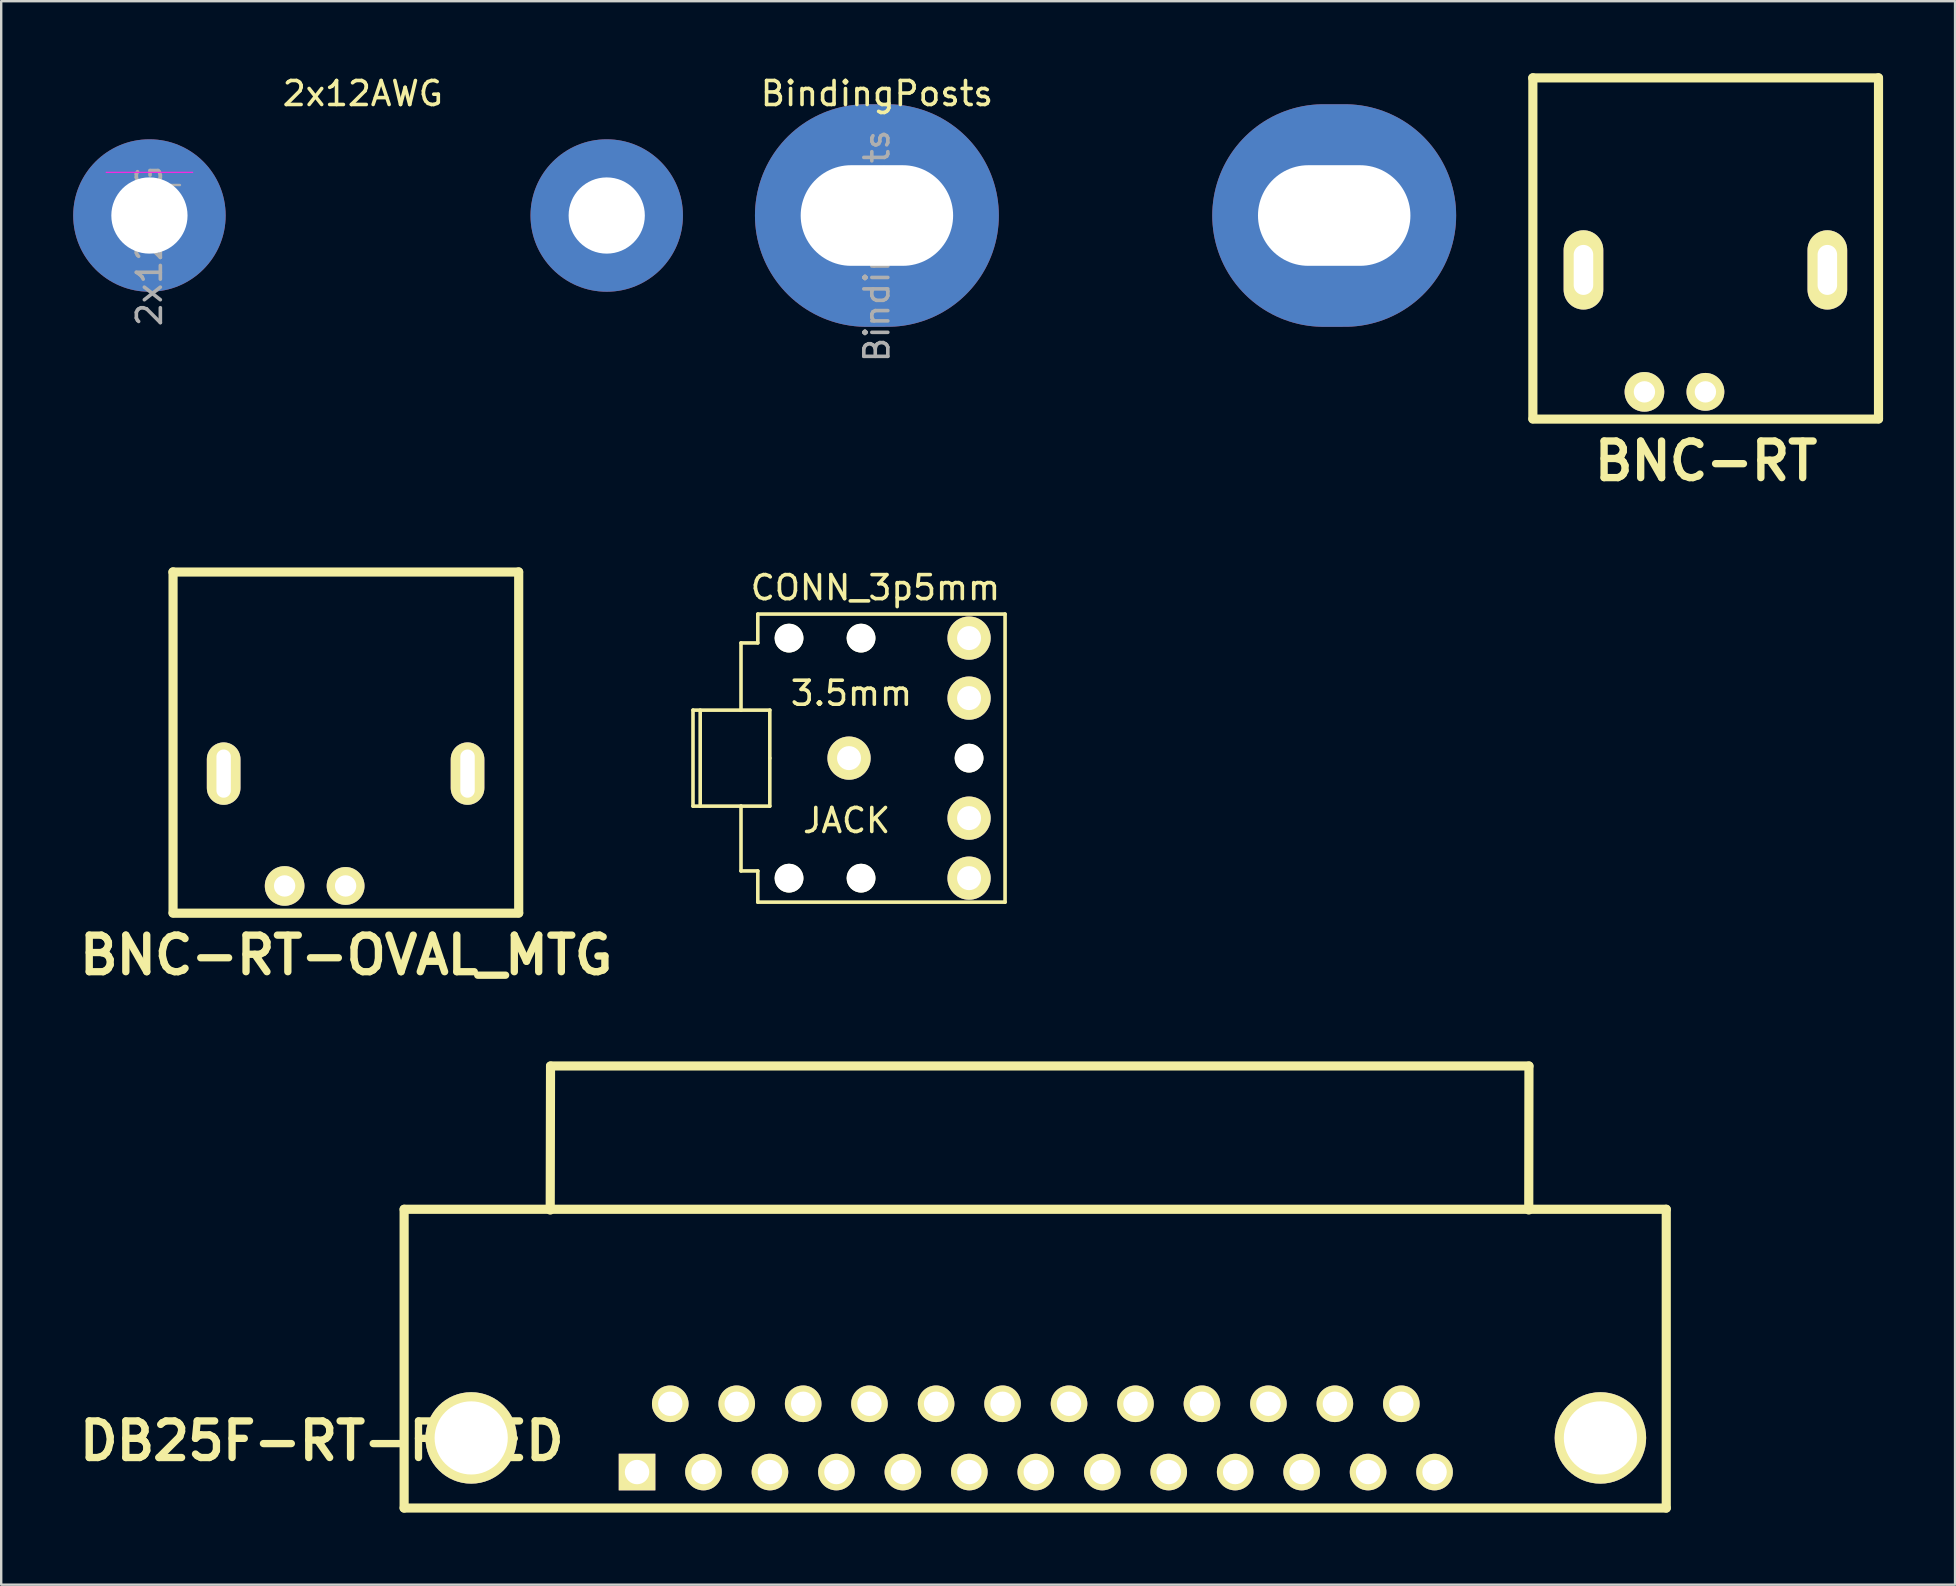
<source format=kicad_pcb>
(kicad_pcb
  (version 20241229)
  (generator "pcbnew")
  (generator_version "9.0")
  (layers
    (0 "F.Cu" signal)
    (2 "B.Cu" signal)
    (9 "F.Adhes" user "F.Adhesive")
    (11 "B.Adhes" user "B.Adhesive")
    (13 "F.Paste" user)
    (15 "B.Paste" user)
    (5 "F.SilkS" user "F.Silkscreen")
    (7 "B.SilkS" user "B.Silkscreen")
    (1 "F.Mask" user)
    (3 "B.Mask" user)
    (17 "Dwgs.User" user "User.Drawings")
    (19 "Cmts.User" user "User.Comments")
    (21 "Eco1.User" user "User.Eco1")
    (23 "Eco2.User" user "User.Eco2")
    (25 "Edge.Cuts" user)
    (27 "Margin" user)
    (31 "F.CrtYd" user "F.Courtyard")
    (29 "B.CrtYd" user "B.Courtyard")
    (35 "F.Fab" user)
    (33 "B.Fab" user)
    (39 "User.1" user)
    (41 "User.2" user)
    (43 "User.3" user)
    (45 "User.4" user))
  (footprint "DB25F-RT-FIXED"
    (layer "F.Cu")
    (at 16.579 56.851)
    (property "Reference" "DB25F-RT-FIXED" (at -6.223 0.127 0) (layer "F.SilkS") (effects (font (size 1.524 1.524) (thickness 0.305))))
    (attr through_hole)
    (fp_line (start -2.794 -9.525) (end 49.784 -9.525) (stroke (width 0.381) (type solid)) (layer "F.SilkS"))
    (fp_line (start -2.794 2.921) (end -2.794 -9.525) (stroke (width 0.381) (type solid)) (layer "F.SilkS"))
    (fp_line (start 3.292 -9.492) (end 3.305 -15.494) (stroke (width 0.381) (type solid)) (layer "F.SilkS"))
    (fp_line (start 3.305 -15.494) (end 44.064 -15.494) (stroke (width 0.381) (type solid)) (layer "F.SilkS"))
    (fp_line (start 44.064 -15.494) (end 44.056 -9.495) (stroke (width 0.381) (type solid)) (layer "F.SilkS"))
    (fp_line (start 49.784 -9.525) (end 49.784 2.921) (stroke (width 0.381) (type solid)) (layer "F.SilkS"))
    (fp_line (start 49.784 2.921) (end -2.794 2.921) (stroke (width 0.381) (type solid)) (layer "F.SilkS"))
    (pad "" thru_hole circle (at 0 0) (size 3.81 3.81) (drill 3.048) (layers "*.Cu" "*.Mask" "F.SilkS"))
    (pad "" thru_hole circle (at 47.041 0) (size 3.81 3.81) (drill 3.048) (layers "*.Cu" "*.Mask" "F.SilkS"))
    (pad "1" thru_hole rect (at 6.909 1.422) (size 1.524 1.524) (drill 1.016) (layers "*.Cu" "*.Mask" "F.SilkS"))
    (pad "2" thru_hole circle (at 9.677 1.422) (size 1.524 1.524) (drill 1.016) (layers "*.Cu" "*.Mask" "F.SilkS"))
    (pad "3" thru_hole circle (at 12.446 1.422) (size 1.524 1.524) (drill 1.016) (layers "*.Cu" "*.Mask" "F.SilkS"))
    (pad "4" thru_hole circle (at 15.215 1.422) (size 1.524 1.524) (drill 1.016) (layers "*.Cu" "*.Mask" "F.SilkS"))
    (pad "5" thru_hole circle (at 17.983 1.422) (size 1.524 1.524) (drill 1.016) (layers "*.Cu" "*.Mask" "F.SilkS"))
    (pad "6" thru_hole circle (at 20.752 1.422) (size 1.524 1.524) (drill 1.016) (layers "*.Cu" "*.Mask" "F.SilkS"))
    (pad "7" thru_hole circle (at 23.52 1.422) (size 1.524 1.524) (drill 1.016) (layers "*.Cu" "*.Mask" "F.SilkS"))
    (pad "8" thru_hole circle (at 26.289 1.422) (size 1.524 1.524) (drill 1.016) (layers "*.Cu" "*.Mask" "F.SilkS"))
    (pad "9" thru_hole circle (at 29.058 1.422) (size 1.524 1.524) (drill 1.016) (layers "*.Cu" "*.Mask" "F.SilkS"))
    (pad "10" thru_hole circle (at 31.826 1.422) (size 1.524 1.524) (drill 1.016) (layers "*.Cu" "*.Mask" "F.SilkS"))
    (pad "11" thru_hole circle (at 34.595 1.422) (size 1.524 1.524) (drill 1.016) (layers "*.Cu" "*.Mask" "F.SilkS"))
    (pad "12" thru_hole circle (at 37.363 1.422) (size 1.524 1.524) (drill 1.016) (layers "*.Cu" "*.Mask" "F.SilkS"))
    (pad "13" thru_hole circle (at 40.132 1.422) (size 1.524 1.524) (drill 1.016) (layers "*.Cu" "*.Mask" "F.SilkS"))
    (pad "14" thru_hole circle (at 8.293 -1.422) (size 1.524 1.524) (drill 1.016) (layers "*.Cu" "*.Mask" "F.SilkS"))
    (pad "15" thru_hole circle (at 11.062 -1.422) (size 1.524 1.524) (drill 1.016) (layers "*.Cu" "*.Mask" "F.SilkS"))
    (pad "16" thru_hole circle (at 13.83 -1.422) (size 1.524 1.524) (drill 1.016) (layers "*.Cu" "*.Mask" "F.SilkS"))
    (pad "17" thru_hole circle (at 16.591 -1.422) (size 1.524 1.524) (drill 1.016) (layers "*.Cu" "*.Mask" "F.SilkS"))
    (pad "18" thru_hole circle (at 19.367 -1.422) (size 1.524 1.524) (drill 1.016) (layers "*.Cu" "*.Mask" "F.SilkS"))
    (pad "19" thru_hole circle (at 22.136 -1.422) (size 1.524 1.524) (drill 1.016) (layers "*.Cu" "*.Mask" "F.SilkS"))
    (pad "20" thru_hole circle (at 24.905 -1.422) (size 1.524 1.524) (drill 1.016) (layers "*.Cu" "*.Mask" "F.SilkS"))
    (pad "21" thru_hole circle (at 27.673 -1.422) (size 1.524 1.524) (drill 1.016) (layers "*.Cu" "*.Mask" "F.SilkS"))
    (pad "22" thru_hole circle (at 30.442 -1.422) (size 1.524 1.524) (drill 1.016) (layers "*.Cu" "*.Mask" "F.SilkS"))
    (pad "23" thru_hole circle (at 33.211 -1.422) (size 1.524 1.524) (drill 1.016) (layers "*.Cu" "*.Mask" "F.SilkS"))
    (pad "24" thru_hole circle (at 35.979 -1.422) (size 1.524 1.524) (drill 1.016) (layers "*.Cu" "*.Mask" "F.SilkS"))
    (pad "25" thru_hole circle (at 38.748 -1.422) (size 1.524 1.524) (drill 1.016) (layers "*.Cu" "*.Mask" "F.SilkS")))
  (footprint "BindingPosts"
    (layer "F.Cu")
    (at 33.48 5.928)
    (property "Reference" "BindingPosts" (at 0 -5.08 0) (layer "F.SilkS") (effects (font (size 1 1) (thickness 0.15))))
    (attr through_hole)
    (fp_line (start 1.8 -1.8) (end -1.8 -1.8) (stroke (width 0.05) (type solid)) (layer "F.CrtYd"))
    (fp_line (start -1.27 -0.635) (end -0.635 -1.27) (stroke (width 0.1) (type solid)) (layer "F.Fab"))
    (fp_line (start -0.635 -1.27) (end 1.27 -1.27) (stroke (width 0.1) (type solid)) (layer "F.Fab"))
    (fp_text user "${REFERENCE}" (at 0 1.27 90) (layer "F.Fab") (effects (font (size 1 1) (thickness 0.15))))
    (pad "1" thru_hole oval (at 0 0) (size 10.16 9.271) (drill oval 6.35 4.191) (layers "*.Cu" "*.Mask"))
    (pad "2" thru_hole oval (at 19.05 0) (size 10.16 9.271) (drill oval 6.35 4.191) (layers "*.Cu" "*.Mask")))
  (footprint "CONN_3p5mm"
    (layer "F.Cu")
    (at 27.819 28.532)
    (property "Reference" "CONN_3p5mm" (at 5.6 -7.1 0) (layer "F.SilkS") (effects (font (size 1 1) (thickness 0.15))))
    (attr through_hole)
    (fp_line (start -2 -2) (end -2 2) (stroke (width 0.15) (type solid)) (layer "F.SilkS"))
    (fp_line (start -2 2) (end 0 2) (stroke (width 0.15) (type solid)) (layer "F.SilkS"))
    (fp_line (start -1.7 -2) (end -1.7 2) (stroke (width 0.15) (type solid)) (layer "F.SilkS"))
    (fp_line (start 0 -4.8) (end 0 -2) (stroke (width 0.15) (type solid)) (layer "F.SilkS"))
    (fp_line (start 0 -4.8) (end 0.7 -4.8) (stroke (width 0.15) (type solid)) (layer "F.SilkS"))
    (fp_line (start 0 -2) (end -2 -2) (stroke (width 0.15) (type solid)) (layer "F.SilkS"))
    (fp_line (start 0 2) (end 0 4.7) (stroke (width 0.15) (type solid)) (layer "F.SilkS"))
    (fp_line (start 0 4.7) (end 0.7 4.7) (stroke (width 0.15) (type solid)) (layer "F.SilkS"))
    (fp_line (start 0.7 -6) (end 11 -6) (stroke (width 0.15) (type solid)) (layer "F.SilkS"))
    (fp_line (start 0.7 -4.8) (end 0.7 -6) (stroke (width 0.15) (type solid)) (layer "F.SilkS"))
    (fp_line (start 0.7 4.7) (end 0.7 6) (stroke (width 0.15) (type solid)) (layer "F.SilkS"))
    (fp_line (start 0.7 6) (end 11 6) (stroke (width 0.15) (type solid)) (layer "F.SilkS"))
    (fp_line (start 1.2 -2) (end 0 -2) (stroke (width 0.15) (type solid)) (layer "F.SilkS"))
    (fp_line (start 1.2 0) (end 1.2 -2) (stroke (width 0.15) (type solid)) (layer "F.SilkS"))
    (fp_line (start 1.2 0) (end 1.2 2) (stroke (width 0.15) (type solid)) (layer "F.SilkS"))
    (fp_line (start 1.2 2) (end 0 2) (stroke (width 0.15) (type solid)) (layer "F.SilkS"))
    (fp_line (start 11 -6) (end 11 6) (stroke (width 0.15) (type solid)) (layer "F.SilkS"))
    (fp_text user "3.5mm" (at 4.6 -2.7 0) (layer "F.SilkS") (effects (font (size 1 1) (thickness 0.15))))
    (fp_text user "JACK" (at 4.4 2.6 0) (layer "F.SilkS") (effects (font (size 1 1) (thickness 0.15))))
    (pad "" np_thru_hole circle (at 2 -5) (size 1.2 1.2) (drill 1.2) (layers "*.Cu" "*.Mask" "F.SilkS"))
    (pad "" np_thru_hole circle (at 2 5) (size 1.2 1.2) (drill 1.2) (layers "*.Cu" "*.Mask" "F.SilkS"))
    (pad "" np_thru_hole circle (at 5 -5) (size 1.2 1.2) (drill 1.2) (layers "*.Cu" "*.Mask" "F.SilkS"))
    (pad "" np_thru_hole circle (at 5 5) (size 1.2 1.2) (drill 1.2) (layers "*.Cu" "*.Mask" "F.SilkS"))
    (pad "" np_thru_hole circle (at 9.5 0) (size 1.2 1.2) (drill 1.2) (layers "*.Cu" "*.Mask" "F.SilkS"))
    (pad "1" thru_hole circle (at 4.5 0) (size 1.8 1.8) (drill 1) (layers "*.Cu" "*.Mask" "F.SilkS"))
    (pad "2" thru_hole circle (at 9.5 5) (size 1.8 1.8) (drill 1) (layers "*.Cu" "*.Mask" "F.SilkS"))
    (pad "3" thru_hole circle (at 9.5 -5) (size 1.8 1.8) (drill 1) (layers "*.Cu" "*.Mask" "F.SilkS"))
    (pad "4" thru_hole circle (at 9.5 2.5) (size 1.8 1.8) (drill 1) (layers "*.Cu" "*.Mask" "F.SilkS"))
    (pad "5" thru_hole circle (at 9.5 -2.5) (size 1.8 1.8) (drill 1) (layers "*.Cu" "*.Mask" "F.SilkS")))
  (footprint "BNC-RT"
    (layer "F.Cu")
    (at 67.994 13.274)
    (property "Reference" "BNC-RT" (at 0.025 2.883 0) (layer "F.SilkS") (effects (font (size 1.524 1.524) (thickness 0.305))))
    (attr through_hole)
    (fp_line (start -7.193 -13.078) (end 7.206 -13.078) (stroke (width 0.381) (type solid)) (layer "F.SilkS"))
    (fp_line (start -7.188 1.118) (end -7.188 -13.084) (stroke (width 0.381) (type solid)) (layer "F.SilkS"))
    (fp_line (start -7.188 1.135) (end 7.211 1.135) (stroke (width 0.381) (type solid)) (layer "F.SilkS"))
    (fp_line (start 7.211 -13.084) (end 7.211 1.118) (stroke (width 0.381) (type solid)) (layer "F.SilkS"))
    (pad "" thru_hole oval (at -5.08 -5.08) (size 1.651 3.302) (drill oval 0.813 2.083) (layers "*.Cu" "*.Mask" "F.SilkS"))
    (pad "" thru_hole oval (at 5.08 -5.08) (size 1.651 3.302) (drill oval 0.813 2.083) (layers "*.Cu" "*.Mask" "F.SilkS"))
    (pad "1" thru_hole circle (at 0 0) (size 1.575 1.575) (drill 0.889) (layers "*.Cu" "*.Mask" "F.SilkS"))
    (pad "2" thru_hole circle (at -2.54 0) (size 1.651 1.651) (drill 0.889) (layers "*.Cu" "*.Mask" "F.SilkS")))
  (footprint "BNC-RT-OVAL_MTG"
    (layer "F.Cu")
    (at 11.347 33.857)
    (property "Reference" "BNC-RT-OVAL_MTG" (at 0.025 2.883 180) (layer "F.SilkS") (effects (font (size 1.524 1.524) (thickness 0.305))))
    (attr through_hole)
    (fp_line (start -7.193 -13.078) (end 7.206 -13.078) (stroke (width 0.381) (type solid)) (layer "F.SilkS"))
    (fp_line (start -7.188 1.118) (end -7.188 -13.084) (stroke (width 0.381) (type solid)) (layer "F.SilkS"))
    (fp_line (start -7.188 1.135) (end 7.211 1.135) (stroke (width 0.381) (type solid)) (layer "F.SilkS"))
    (fp_line (start 7.211 -13.084) (end 7.211 1.118) (stroke (width 0.381) (type solid)) (layer "F.SilkS"))
    (pad "" thru_hole oval (at -5.08 -4.68) (size 1.4 2.6) (drill oval 0.6 2.009) (layers "*.Cu" "*.Mask" "F.SilkS"))
    (pad "" thru_hole oval (at 5.08 -4.68) (size 1.4 2.6) (drill oval 0.6 2.009) (layers "*.Cu" "*.Mask" "F.SilkS"))
    (pad "1" thru_hole circle (at 0 0) (size 1.575 1.575) (drill 0.889) (layers "*.Cu" "*.Mask" "F.SilkS"))
    (pad "2" thru_hole circle (at -2.54 0) (size 1.651 1.651) (drill 0.889) (layers "*.Cu" "*.Mask" "F.SilkS")))
  (footprint "2x12AWG"
    (layer "F.Cu")
    (at 3.175 5.928)
    (property "Reference" "2x12AWG" (at 8.89 -5.08 180) (layer "F.SilkS") (effects (font (size 1 1) (thickness 0.15))))
    (attr through_hole)
    (fp_line (start 1.8 -1.8) (end -1.8 -1.8) (stroke (width 0.05) (type solid)) (layer "F.CrtYd"))
    (fp_line (start -1.27 -0.635) (end -0.635 -1.27) (stroke (width 0.1) (type solid)) (layer "F.Fab"))
    (fp_line (start -0.635 -1.27) (end 1.27 -1.27) (stroke (width 0.1) (type solid)) (layer "F.Fab"))
    (fp_text user "${REFERENCE}" (at 0 1.27 270) (layer "F.Fab") (effects (font (size 1 1) (thickness 0.15))))
    (pad "1" thru_hole circle (at 0 0) (size 6.35 6.35) (drill 3.175) (layers "*.Cu" "*.Mask"))
    (pad "2" thru_hole circle (at 19.05 0) (size 6.35 6.35) (drill 3.175) (layers "*.Cu" "*.Mask")))
  (gr_rect
    (start -3 -3)
    (end 78.395 62.963)
    (stroke (width 0.1) (type default))
    (fill no)
    (layer "Edge.Cuts")))
</source>
